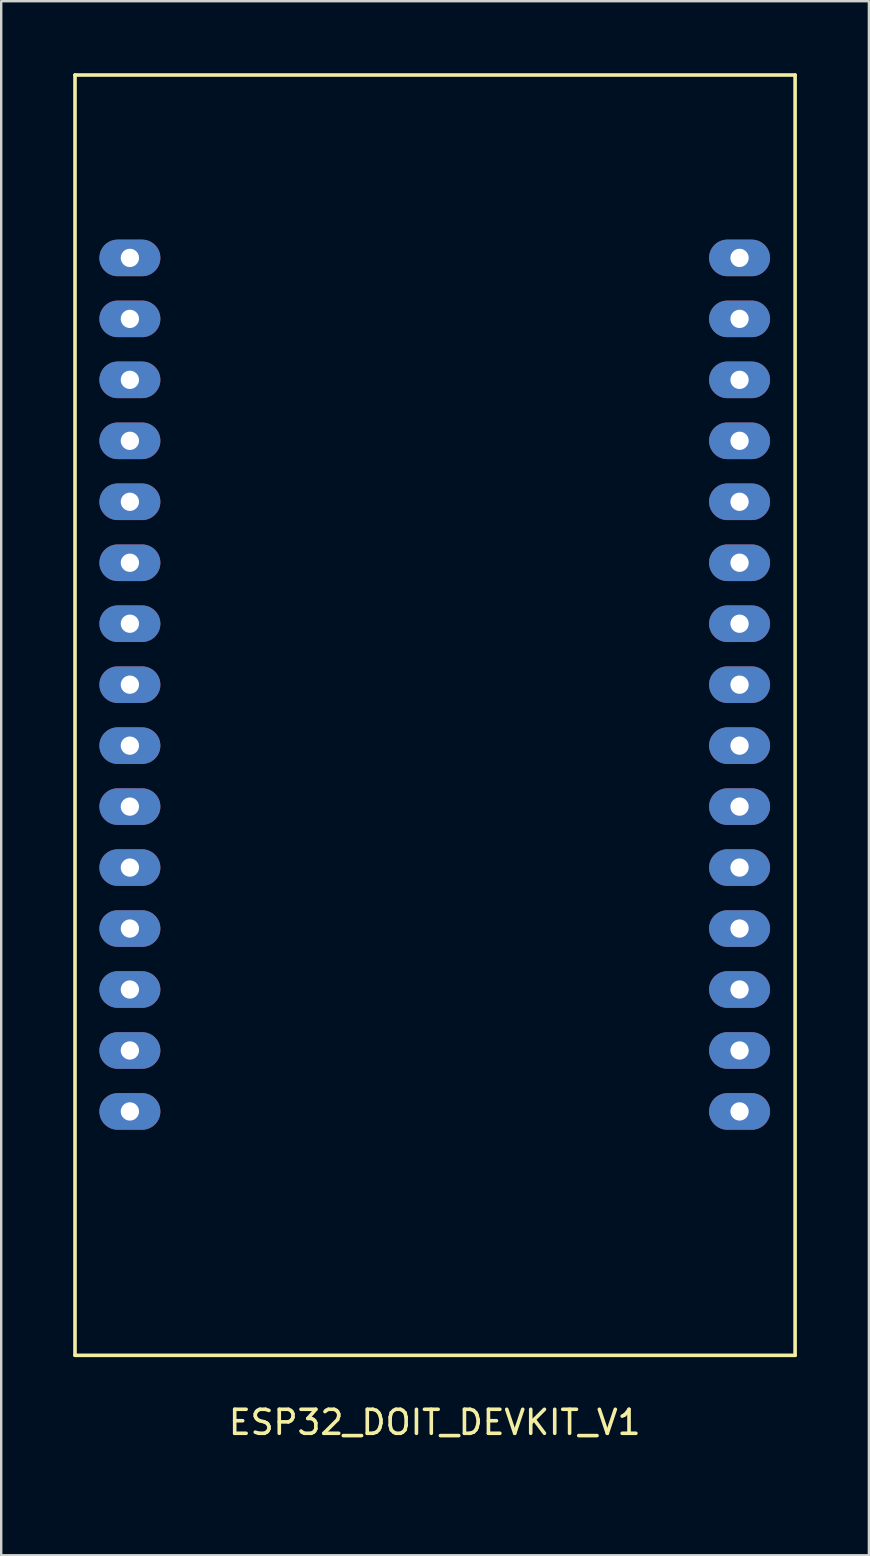
<source format=kicad_pcb>
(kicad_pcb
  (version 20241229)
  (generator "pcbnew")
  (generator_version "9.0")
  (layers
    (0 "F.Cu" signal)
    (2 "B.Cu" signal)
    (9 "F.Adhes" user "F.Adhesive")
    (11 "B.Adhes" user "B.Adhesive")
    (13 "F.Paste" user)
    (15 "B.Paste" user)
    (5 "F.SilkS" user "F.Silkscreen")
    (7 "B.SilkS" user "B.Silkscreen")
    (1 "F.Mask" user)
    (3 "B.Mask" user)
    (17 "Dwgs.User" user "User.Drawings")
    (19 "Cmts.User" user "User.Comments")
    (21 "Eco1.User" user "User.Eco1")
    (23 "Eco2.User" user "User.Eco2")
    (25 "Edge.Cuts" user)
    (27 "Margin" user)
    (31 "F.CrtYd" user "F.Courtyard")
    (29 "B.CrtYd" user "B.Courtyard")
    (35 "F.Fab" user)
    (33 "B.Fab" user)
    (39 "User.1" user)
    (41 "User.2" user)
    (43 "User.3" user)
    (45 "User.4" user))
  (footprint "ESP32_DOIT_DEVKIT_V1"
    (layer "F.Cu")
    (at 10.235 58.495)
    (property "Reference" "ESP32_DOIT_DEVKIT_V1" (at 4.826 -2.286 0) (layer "F.SilkS") (effects (font (size 1 1) (thickness 0.15))))
    (attr through_hole)
    (fp_line (start -10.16 -58.42) (end -10.16 -5.08) (stroke (width 0.15) (type solid)) (layer "F.SilkS"))
    (fp_line (start -10.16 -58.42) (end 19.84 -58.42) (stroke (width 0.15) (type solid)) (layer "F.SilkS"))
    (fp_line (start -10.16 -5.08) (end 19.84 -5.08) (stroke (width 0.15) (type solid)) (layer "F.SilkS"))
    (fp_line (start 19.84 -5.08) (end 19.84 -58.42) (stroke (width 0.15) (type solid)) (layer "F.SilkS"))
    (fp_line (start -0.508 -3.81) (end -0.508 -5.08) (stroke (width 0.12) (type solid)) (layer "B.Paste"))
    (fp_line (start 9.398 -5.08) (end 9.398 -3.81) (stroke (width 0.12) (type solid)) (layer "B.Paste"))
    (fp_line (start 9.398 -3.81) (end -0.508 -3.81) (stroke (width 0.12) (type solid)) (layer "B.Paste"))
    (pad "1" thru_hole oval (at 17.526 -15.24) (size 2.54 1.524) (drill 0.762) (layers "*.Cu" "*.Mask"))
    (pad "2" thru_hole oval (at 17.526 -17.78) (size 2.54 1.524) (drill 0.762) (layers "*.Cu" "*.Mask"))
    (pad "3" thru_hole oval (at 17.526 -20.32) (size 2.54 1.524) (drill 0.762) (layers "*.Cu" "*.Mask"))
    (pad "4" thru_hole oval (at 17.526 -22.86) (size 2.54 1.524) (drill 0.762) (layers "*.Cu" "*.Mask"))
    (pad "5" thru_hole oval (at 17.526 -25.4) (size 2.54 1.524) (drill 0.762) (layers "*.Cu" "*.Mask"))
    (pad "6" thru_hole oval (at 17.526 -27.94) (size 2.54 1.524) (drill 0.762) (layers "*.Cu" "*.Mask"))
    (pad "7" thru_hole oval (at 17.526 -30.48) (size 2.54 1.524) (drill 0.762) (layers "*.Cu" "*.Mask"))
    (pad "8" thru_hole oval (at 17.526 -33.02) (size 2.54 1.524) (drill 0.762) (layers "*.Cu" "*.Mask"))
    (pad "9" thru_hole oval (at 17.526 -35.56) (size 2.54 1.524) (drill 0.762) (layers "*.Cu" "*.Mask"))
    (pad "10" thru_hole oval (at 17.526 -38.1) (size 2.54 1.524) (drill 0.762) (layers "*.Cu" "*.Mask"))
    (pad "11" thru_hole oval (at 17.526 -40.64) (size 2.54 1.524) (drill 0.762) (layers "*.Cu" "*.Mask"))
    (pad "12" thru_hole oval (at 17.526 -43.18) (size 2.54 1.524) (drill 0.762) (layers "*.Cu" "*.Mask"))
    (pad "13" thru_hole oval (at 17.526 -45.72) (size 2.54 1.524) (drill 0.762) (layers "*.Cu" "*.Mask"))
    (pad "14" thru_hole oval (at 17.526 -48.26) (size 2.54 1.524) (drill 0.762) (layers "*.Cu" "*.Mask"))
    (pad "15" thru_hole oval (at 17.526 -50.8) (size 2.54 1.524) (drill 0.762) (layers "*.Cu" "*.Mask"))
    (pad "16" thru_hole oval (at -7.874 -50.8) (size 2.54 1.524) (drill 0.762) (layers "*.Cu" "*.Mask"))
    (pad "17" thru_hole oval (at -7.874 -48.26) (size 2.54 1.524) (drill 0.762) (layers "*.Cu" "*.Mask"))
    (pad "18" thru_hole oval (at -7.874 -45.72) (size 2.54 1.524) (drill 0.762) (layers "*.Cu" "*.Mask"))
    (pad "19" thru_hole oval (at -7.874 -43.18) (size 2.54 1.524) (drill 0.762) (layers "*.Cu" "*.Mask"))
    (pad "20" thru_hole oval (at -7.874 -40.64) (size 2.54 1.524) (drill 0.762) (layers "*.Cu" "*.Mask"))
    (pad "21" thru_hole oval (at -7.874 -38.1) (size 2.54 1.524) (drill 0.762) (layers "*.Cu" "*.Mask"))
    (pad "22" thru_hole oval (at -7.874 -35.56) (size 2.54 1.524) (drill 0.762) (layers "*.Cu" "*.Mask"))
    (pad "23" thru_hole oval (at -7.874 -33.02) (size 2.54 1.524) (drill 0.762) (layers "*.Cu" "*.Mask"))
    (pad "24" thru_hole oval (at -7.874 -30.48) (size 2.54 1.524) (drill 0.762) (layers "*.Cu" "*.Mask"))
    (pad "25" thru_hole oval (at -7.874 -27.94) (size 2.54 1.524) (drill 0.762) (layers "*.Cu" "*.Mask"))
    (pad "26" thru_hole oval (at -7.874 -25.4) (size 2.54 1.524) (drill 0.762) (layers "*.Cu" "*.Mask"))
    (pad "27" thru_hole oval (at -7.874 -22.86) (size 2.54 1.524) (drill 0.762) (layers "*.Cu" "*.Mask"))
    (pad "28" thru_hole oval (at -7.874 -20.32) (size 2.54 1.524) (drill 0.762) (layers "*.Cu" "*.Mask"))
    (pad "29" thru_hole oval (at -7.874 -17.78) (size 2.54 1.524) (drill 0.762) (layers "*.Cu" "*.Mask"))
    (pad "30" thru_hole oval (at -7.874 -15.24) (size 2.54 1.524) (drill 0.762) (layers "*.Cu" "*.Mask")))
  (gr_rect
    (start -3 -3)
    (end 33.15 61.745)
    (stroke (width 0.1) (type default))
    (fill no)
    (layer "Edge.Cuts")))
</source>
